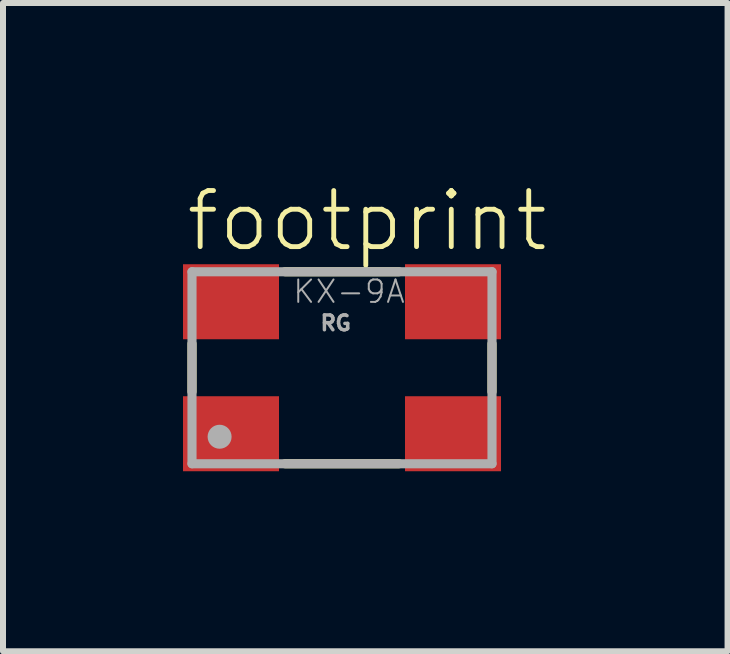
<source format=kicad_pcb>
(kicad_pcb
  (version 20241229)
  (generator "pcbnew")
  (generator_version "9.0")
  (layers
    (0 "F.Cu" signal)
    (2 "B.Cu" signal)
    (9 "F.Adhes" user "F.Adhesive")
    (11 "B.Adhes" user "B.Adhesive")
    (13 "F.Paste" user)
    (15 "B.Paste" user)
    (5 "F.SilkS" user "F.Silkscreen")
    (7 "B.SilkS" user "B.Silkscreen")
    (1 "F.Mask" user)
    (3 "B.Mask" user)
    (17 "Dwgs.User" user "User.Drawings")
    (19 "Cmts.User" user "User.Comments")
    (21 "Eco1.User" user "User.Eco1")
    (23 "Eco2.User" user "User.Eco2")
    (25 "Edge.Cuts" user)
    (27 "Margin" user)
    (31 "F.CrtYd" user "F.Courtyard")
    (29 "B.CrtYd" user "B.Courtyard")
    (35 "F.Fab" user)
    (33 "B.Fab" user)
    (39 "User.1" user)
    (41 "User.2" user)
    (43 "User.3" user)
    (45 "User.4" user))
  (footprint "footprint"
    (layer "F.Cu")
    (at 2.65 3.079)
    (property "Reference" "footprint" (at -2.64 -1.9 0) (layer "F.SilkS") (effects (font (size 0.935 0.935) (thickness 0.081)) (justify left bottom)))
    (fp_line (start -2.5 -0.4) (end -2.5 0.4) (stroke (width 0.152) (type solid)) (layer "F.SilkS"))
    (fp_line (start -0.95 -1.6) (end 0.95 -1.6) (stroke (width 0.152) (type solid)) (layer "F.SilkS"))
    (fp_line (start -0.95 1.6) (end 0.95 1.6) (stroke (width 0.152) (type solid)) (layer "F.SilkS"))
    (fp_line (start 2.5 -0.4) (end 2.5 0.4) (stroke (width 0.152) (type solid)) (layer "F.SilkS"))
    (fp_line (start -2.5 -1.6) (end -2.5 1.6) (stroke (width 0.152) (type solid)) (layer "F.Fab"))
    (fp_line (start -2.5 1.6) (end 2.5 1.6) (stroke (width 0.152) (type solid)) (layer "F.Fab"))
    (fp_line (start 2.5 -1.6) (end -2.5 -1.6) (stroke (width 0.152) (type solid)) (layer "F.Fab"))
    (fp_line (start 2.5 1.6) (end 2.5 -1.6) (stroke (width 0.152) (type solid)) (layer "F.Fab"))
    (fp_circle (center -2.04 1.15) (end -1.94 1.15) (stroke (width 0.2) (type solid)) (fill no) (layer "F.Fab"))
    (fp_text user "RG" (at -0.39 -0.6 0) (layer "F.Fab") (effects (font (size 0.247 0.247) (thickness 0.058)) (justify left bottom)))
    (fp_text user "KX-9A" (at -0.84 -1.05 0) (layer "F.Fab") (effects (font (size 0.374 0.374) (thickness 0.033)) (justify left bottom)))
    (pad "1" smd rect (at -1.85 1.1) (size 1.6 1.25) (layers "F.Cu" "F.Mask" "F.Paste"))
    (pad "2" smd rect (at 1.85 1.1) (size 1.6 1.25) (layers "F.Cu" "F.Mask" "F.Paste"))
    (pad "3" smd rect (at 1.85 -1.1) (size 1.6 1.25) (layers "F.Cu" "F.Mask" "F.Paste"))
    (pad "4" smd rect (at -1.85 -1.1) (size 1.6 1.25) (layers "F.Cu" "F.Mask" "F.Paste")))
  (gr_rect
    (start -3 -3)
    (end 9.076 7.804)
    (stroke (width 0.1) (type default))
    (fill no)
    (layer "Edge.Cuts")))
</source>
